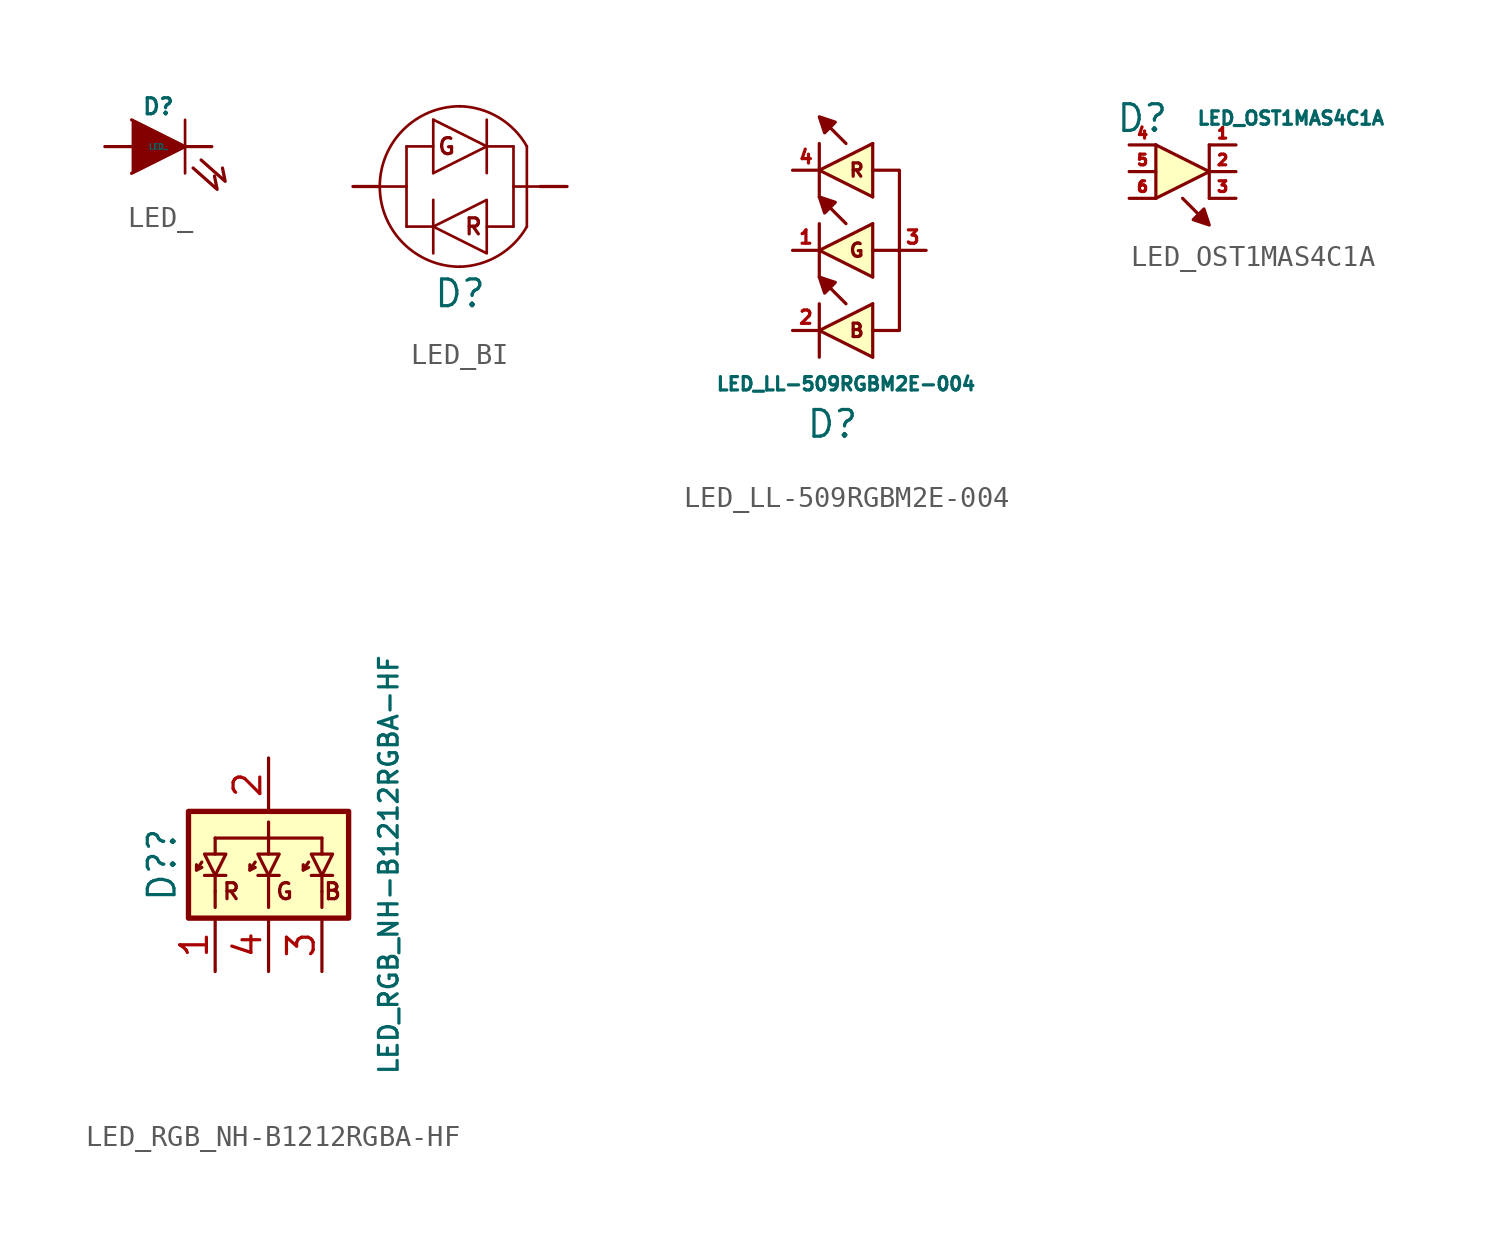
<source format=kicad_sym>
(kicad_symbol_lib
  (version 20231120)
  (generator "kicad_symbol_editor")
  (generator_version "8.0")
  (symbol "LED_"
    (pin_numbers hide)
    (pin_names
      (offset 0) hide)
    (property "Reference" "D"
      (at 0 1.905 0)
      (effects (font (size 0.762 0.762))))
    (property "Value" "LED_"
      (at 0 0 0)
      (effects (font (size 0.254 0.254))))
    (property "Footprint" ""
      (at 0 0 0)
      (effects (font (size 1.524 1.524))))
    (property "Datasheet" ""
      (at 0 0 0)
      (effects (font (size 1.524 1.524))))
    (symbol "LED__0_1"
      (polyline (pts (xy 1.27 1.27) (xy 1.27 -1.27)) (stroke (width 0.127) (type default)) (fill (type none)))
      (polyline (pts (xy -1.27 1.27) (xy 1.27 0) (xy -1.27 -1.27)) (stroke (width 0) (type default)) (fill (type outline)))
      (polyline (pts (xy 1.651 -1.016) (xy 2.794 -2.032) (xy 2.667 -1.397)) (stroke (width 0) (type default)) (fill (type none)))
      (polyline (pts (xy 2.032 -0.635) (xy 3.175 -1.651) (xy 3.048 -1.016)) (stroke (width 0) (type default)) (fill (type none))))
    (symbol "LED__1_1"
      (pin passive line (at -2.54 0 0) (length 1.27) (name "A" (effects (font (size 1.016 1.016)))) (number "1" (effects (font (size 1.016 1.016)))))
      (pin passive line (at 2.54 0 180) (length 1.27) (name "K" (effects (font (size 1.016 1.016)))) (number "2" (effects (font (size 1.016 1.016)))))))
  (symbol "LED_BI"
    (pin_numbers hide)
    (pin_names
      (offset 0) hide)
    (property "Reference" "D"
      (at 0 -5.08 0)
      (effects (font (size 1.27 1.27))))
    (property "Footprint" ""
      (at 0 0 0)
      (effects (font (size 1.524 1.524))))
    (property "Datasheet" ""
      (at 0 0 0)
      (effects (font (size 1.524 1.524))))
    (symbol "LED_BI_0_0"
      (polyline (pts (xy 5.08 0) (xy 3.81 0) (xy 3.81 0)) (stroke (width 0.127) (type default)) (fill (type none)))
      (polyline (pts (xy -5.08 0) (xy -5.08 0) (xy -3.81 0) (xy -3.81 0)) (stroke (width 0.127) (type default)) (fill (type none)))
      (text "G" (at -0.635 1.905 0) (effects (font (size 0.762 0.762))))
      (text "R" (at 0.635 -1.905 0) (effects (font (size 0.762 0.762)))))
    (symbol "LED_BI_0_1"
      (arc (start 0 -3.81) (mid 1.8369 -3.2732) (end 3.175 -1.905) (stroke (width 0.127) (type default)) (fill (type none)))
      (polyline (pts (xy 1.27 3.175) (xy 1.27 0.635)) (stroke (width 0.127) (type default)) (fill (type none)))
      (polyline (pts (xy -4.445 0) (xy -2.54 0) (xy -2.54 0)) (stroke (width 0.127) (type default)) (fill (type none)))
      (polyline (pts (xy -2.54 1.905) (xy -2.54 -1.905) (xy -2.54 -1.905)) (stroke (width 0.127) (type default)) (fill (type none)))
      (polyline (pts (xy -1.27 -1.905) (xy -2.54 -1.905) (xy -2.54 -1.905)) (stroke (width 0.127) (type default)) (fill (type none)))
      (polyline (pts (xy -1.27 -0.635) (xy -1.27 -3.175) (xy -1.27 -3.175)) (stroke (width 0.127) (type default)) (fill (type none)))
      (polyline (pts (xy -1.27 1.905) (xy -2.54 1.905) (xy -2.54 1.905)) (stroke (width 0.127) (type default)) (fill (type none)))
      (polyline (pts (xy -1.27 3.175) (xy -1.27 0.635) (xy -1.27 0.635)) (stroke (width 0.127) (type default)) (fill (type none)))
      (polyline (pts (xy -1.27 3.175) (xy 1.27 1.905) (xy -1.27 0.635)) (stroke (width 0.127) (type default)) (fill (type none)))
      (polyline (pts (xy 1.27 -1.905) (xy 2.54 -1.905) (xy 2.54 -1.905)) (stroke (width 0.127) (type default)) (fill (type none)))
      (polyline (pts (xy 1.27 1.905) (xy 2.54 1.905) (xy 2.54 1.905)) (stroke (width 0.127) (type default)) (fill (type none)))
      (polyline (pts (xy 2.54 0) (xy 3.175 0) (xy 3.175 0)) (stroke (width 0.127) (type default)) (fill (type none)))
      (polyline (pts (xy 2.54 1.905) (xy 2.54 -1.905) (xy 2.54 -1.905)) (stroke (width 0.127) (type default)) (fill (type none)))
      (polyline (pts (xy 3.175 0) (xy 4.445 0) (xy 4.445 0)) (stroke (width 0.127) (type default)) (fill (type none)))
      (polyline (pts (xy 3.175 1.905) (xy 3.175 -1.905) (xy 3.175 -1.905)) (stroke (width 0.127) (type default)) (fill (type none)))
      (polyline (pts (xy -1.27 -1.905) (xy 1.27 -0.635) (xy 1.27 -3.175) (xy -1.27 -1.905) (xy -1.27 -1.905)) (stroke (width 0.127) (type default)) (fill (type none)))
      (arc (start 0 3.81) (mid -3.7934 0) (end 0 -3.81) (stroke (width 0.127) (type default)) (fill (type none)))
      (arc (start 3.175 1.905) (mid 1.8391 3.2769) (end 0 3.81) (stroke (width 0.127) (type default)) (fill (type none))))
    (symbol "LED_BI_1_1"
      (pin passive line (at -5.08 0 0) (length 1.27) (name "A" (effects (font (size 1.016 1.016)))) (number "1" (effects (font (size 1.016 1.016)))))
      (pin passive line (at 5.08 0 180) (length 1.27) (name "K" (effects (font (size 1.016 1.016)))) (number "2" (effects (font (size 1.016 1.016)))))))
  (symbol "LED_LL-509RGBM2E-004"
    (pin_names
      (offset 0) hide)
    (property "Reference" "D"
      (at 0.635 -8.255 0)
      (effects (font (size 1.27 1.27)) (justify right)))
    (property "Value" "LED_LL-509RGBM2E-004"
      (at 0 -6.35 0)
      (effects (font (size 0.635 0.635))))
    (symbol "LED_LL-509RGBM2E-004_0_0"
      (polyline (pts (xy 1.27 0) (xy 2.54 0)) (stroke (width 0.152) (type default)) (fill (type none)))
      (polyline (pts (xy 1.27 -3.81) (xy 2.54 -3.81) (xy 2.54 0)) (stroke (width 0.152) (type default)) (fill (type none)))
      (polyline (pts (xy 2.54 0) (xy 2.54 3.81) (xy 1.27 3.81)) (stroke (width 0.152) (type default)) (fill (type none)))
      (text "B" (at 0.508 -3.81 0) (effects (font (size 0.635 0.635))))
      (text "G" (at 0.508 0 0) (effects (font (size 0.635 0.635))))
      (text "R" (at 0.508 3.81 0) (effects (font (size 0.635 0.635)))))
    (symbol "LED_LL-509RGBM2E-004_0_1"
      (polyline (pts (xy -1.27 -5.08) (xy -1.27 -2.54)) (stroke (width 0) (type default)) (fill (type none)))
      (polyline (pts (xy -1.27 -1.27) (xy -1.27 1.27)) (stroke (width 0) (type default)) (fill (type none)))
      (polyline (pts (xy -1.27 2.54) (xy -1.27 5.08)) (stroke (width 0) (type default)) (fill (type none)))
      (polyline (pts (xy 1.27 -5.08) (xy -1.27 -3.81) (xy 1.27 -2.54)) (stroke (width 0) (type default)) (fill (type background)))
      (polyline (pts (xy 1.27 -5.08) (xy 1.27 -2.54) (xy 1.27 -2.54)) (stroke (width 0) (type default)) (fill (type background)))
      (polyline (pts (xy 1.27 -1.27) (xy -1.27 0) (xy 1.27 1.27)) (stroke (width 0) (type default)) (fill (type background)))
      (polyline (pts (xy 1.27 -1.27) (xy 1.27 1.27) (xy 1.27 1.27)) (stroke (width 0) (type default)) (fill (type background)))
      (polyline (pts (xy 1.27 2.54) (xy -1.27 3.81) (xy 1.27 5.08)) (stroke (width 0) (type default)) (fill (type background)))
      (polyline (pts (xy 1.27 2.54) (xy 1.27 5.08) (xy 1.27 5.08)) (stroke (width 0) (type default)) (fill (type background)))
      (polyline (pts (xy 0 -2.54) (xy -1.27 -1.27) (xy -1.016 -2.032) (xy -0.508 -1.524) (xy -1.27 -1.27) (xy -1.27 -1.27)) (stroke (width 0) (type default)) (fill (type outline)))
      (polyline (pts (xy 0 1.27) (xy -1.27 2.54) (xy -1.016 1.778) (xy -0.508 2.286) (xy -1.27 2.54) (xy -1.27 2.54)) (stroke (width 0) (type default)) (fill (type outline)))
      (polyline (pts (xy 0 5.08) (xy -1.27 6.35) (xy -1.016 5.588) (xy -0.508 6.096) (xy -1.27 6.35) (xy -1.27 6.35)) (stroke (width 0) (type default)) (fill (type outline))))
    (symbol "LED_LL-509RGBM2E-004_1_1"
      (pin passive line (at -2.54 0 0) (length 1.27) (name "" (effects (font (size 1.016 1.016)))) (number "1" (effects (font (size 0.635 0.635)))))
      (pin passive line (at -2.54 -3.81 0) (length 1.27) (name "" (effects (font (size 1.016 1.016)))) (number "2" (effects (font (size 0.635 0.635)))))
      (pin passive line (at 3.81 0 180) (length 1.27) (name "" (effects (font (size 1.016 1.016)))) (number "3" (effects (font (size 0.635 0.635)))))
      (pin passive line (at -2.54 3.81 0) (length 1.27) (name "" (effects (font (size 1.016 1.016)))) (number "4" (effects (font (size 0.635 0.635)))))))
  (symbol "LED_OST1MAS4C1A"
    (pin_names
      (offset 0) hide)
    (property "Reference" "D"
      (at -0.635 2.54 0)
      (effects (font (size 1.27 1.27)) (justify right)))
    (property "Value" "LED_OST1MAS4C1A"
      (at 0.635 2.54 0)
      (effects (font (size 0.635 0.635)) (justify left)))
    (symbol "LED_OST1MAS4C1A_0_1"
      (polyline (pts (xy 1.27 1.27) (xy 1.27 -1.27)) (stroke (width 0) (type default)) (fill (type none)))
      (polyline (pts (xy -1.27 1.27) (xy -1.27 -1.27) (xy -1.27 -1.27)) (stroke (width 0) (type default)) (fill (type background)))
      (polyline (pts (xy -1.27 1.27) (xy 1.27 0) (xy -1.27 -1.27)) (stroke (width 0) (type default)) (fill (type background)))
      (polyline (pts (xy 0 -1.27) (xy 1.27 -2.54) (xy 1.016 -1.778) (xy 0.508 -2.286) (xy 1.27 -2.54) (xy 1.27 -2.54)) (stroke (width 0) (type default)) (fill (type outline))))
    (symbol "LED_OST1MAS4C1A_1_1"
      (pin passive line (at 2.54 1.27 180) (length 1.27) (name "K" (effects (font (size 1.016 1.016)))) (number "1" (effects (font (size 0.508 0.508)))))
      (pin passive line (at 2.54 0 180) (length 1.27) (name "K" (effects (font (size 1.016 1.016)))) (number "2" (effects (font (size 0.508 0.508)))))
      (pin passive line (at 2.54 -1.27 180) (length 1.27) (name "K" (effects (font (size 1.016 1.016)))) (number "3" (effects (font (size 0.508 0.508)))))
      (pin passive line (at -2.54 1.27 0) (length 1.27) (name "A" (effects (font (size 1.016 1.016)))) (number "4" (effects (font (size 0.508 0.508)))))
      (pin passive line (at -2.54 0 0) (length 1.27) (name "A" (effects (font (size 1.016 1.016)))) (number "5" (effects (font (size 0.508 0.508)))))
      (pin passive line (at -2.54 -1.27 0) (length 1.27) (name "A" (effects (font (size 1.016 1.016)))) (number "6" (effects (font (size 0.508 0.508)))))))
  (symbol "LED_RGB_NH-B1212RGBA-HF"
    (pin_names
      (offset 1.016))
    (property "Reference" "D?"
      (at -5.08 0 90)
      (effects (font (size 1.27 1.27))))
    (property "Value" "LED_RGB_NH-B1212RGBA-HF"
      (at 5.715 0 90)
      (effects (font (size 0.889 0.889))))
    (symbol "LED_RGB_NH-B1212RGBA-HF_0_0"
      (polyline (pts (xy -2.54 -1.27) (xy -2.54 -2.032)) (stroke (width 0) (type default)) (fill (type none)))
      (polyline (pts (xy -2.54 1.27) (xy 2.54 1.27)) (stroke (width 0) (type default)) (fill (type none)))
      (polyline (pts (xy 0 -1.27) (xy 0 -2.032)) (stroke (width 0) (type default)) (fill (type none)))
      (polyline (pts (xy 0 1.27) (xy 0 2.032)) (stroke (width 0) (type default)) (fill (type none)))
      (polyline (pts (xy 2.54 -1.27) (xy 2.54 -2.032)) (stroke (width 0) (type default)) (fill (type none)))
      (text "B" (at 3.048 -1.27 0) (effects (font (size 0.762 0.762))))
      (text "G" (at 0.762 -1.27 0) (effects (font (size 0.762 0.762))))
      (text "R" (at -1.778 -1.27 0) (effects (font (size 0.762 0.762)))))
    (symbol "LED_RGB_NH-B1212RGBA-HF_0_1"
      (rectangle (start -3.81 2.54) (end 3.81 -2.54) (stroke (width 0.254) (type default)) (fill (type background)))
      (polyline (pts (xy -3.429 -0.254) (xy -3.175 -0.127)) (stroke (width 0) (type default)) (fill (type none)))
      (polyline (pts (xy -2.54 -0.508) (xy -2.54 -1.27)) (stroke (width 0) (type default)) (fill (type none)))
      (polyline (pts (xy -2.54 0.508) (xy -2.54 1.27)) (stroke (width 0) (type default)) (fill (type none)))
      (polyline (pts (xy -2.032 -0.508) (xy -3.048 -0.508)) (stroke (width 0) (type default)) (fill (type none)))
      (polyline (pts (xy -0.889 -0.254) (xy -0.635 -0.127)) (stroke (width 0) (type default)) (fill (type none)))
      (polyline (pts (xy 0 -0.508) (xy 0 -1.27)) (stroke (width 0) (type default)) (fill (type none)))
      (polyline (pts (xy 0 0.508) (xy 0 1.27)) (stroke (width 0) (type default)) (fill (type none)))
      (polyline (pts (xy 0.508 -0.508) (xy -0.508 -0.508)) (stroke (width 0) (type default)) (fill (type none)))
      (polyline (pts (xy 1.651 -0.254) (xy 1.905 -0.127)) (stroke (width 0) (type default)) (fill (type none)))
      (polyline (pts (xy 2.54 -0.508) (xy 2.54 -1.27)) (stroke (width 0) (type default)) (fill (type none)))
      (polyline (pts (xy 2.54 0.508) (xy 2.54 1.27)) (stroke (width 0) (type default)) (fill (type none)))
      (polyline (pts (xy 3.048 -0.508) (xy 2.032 -0.508)) (stroke (width 0) (type default)) (fill (type none)))
      (polyline (pts (xy -3.175 0.127) (xy -3.429 -0.254) (xy -3.429 0)) (stroke (width 0) (type default)) (fill (type none)))
      (polyline (pts (xy -0.635 0.127) (xy -0.889 -0.254) (xy -0.889 0)) (stroke (width 0) (type default)) (fill (type none)))
      (polyline (pts (xy 1.905 0.127) (xy 1.651 -0.254) (xy 1.651 0)) (stroke (width 0) (type default)) (fill (type none)))
      (polyline (pts (xy -3.048 0.508) (xy -2.032 0.508) (xy -2.54 -0.508) (xy -3.048 0.508)) (stroke (width 0) (type default)) (fill (type none)))
      (polyline (pts (xy -0.508 0.508) (xy 0.508 0.508) (xy 0 -0.508) (xy -0.508 0.508)) (stroke (width 0) (type default)) (fill (type none)))
      (polyline (pts (xy 2.032 0.508) (xy 3.048 0.508) (xy 2.54 -0.508) (xy 2.032 0.508)) (stroke (width 0) (type default)) (fill (type none))))
    (symbol "LED_RGB_NH-B1212RGBA-HF_1_1"
      (pin passive line (at -2.54 -5.08 90) (length 2.54) (name "~" (effects (font (size 1.27 1.27)))) (number "1" (effects (font (size 1.27 1.27)))))
      (pin passive line (at 0 5.08 270) (length 2.54) (name "~" (effects (font (size 1.27 1.27)))) (number "2" (effects (font (size 1.27 1.27)))))
      (pin passive line (at 2.54 -5.08 90) (length 2.54) (name "~" (effects (font (size 1.27 1.27)))) (number "3" (effects (font (size 1.27 1.27)))))
      (pin passive line (at 0 -5.08 90) (length 2.54) (name "~" (effects (font (size 1.27 1.27)))) (number "4" (effects (font (size 1.27 1.27))))))))
</source>
